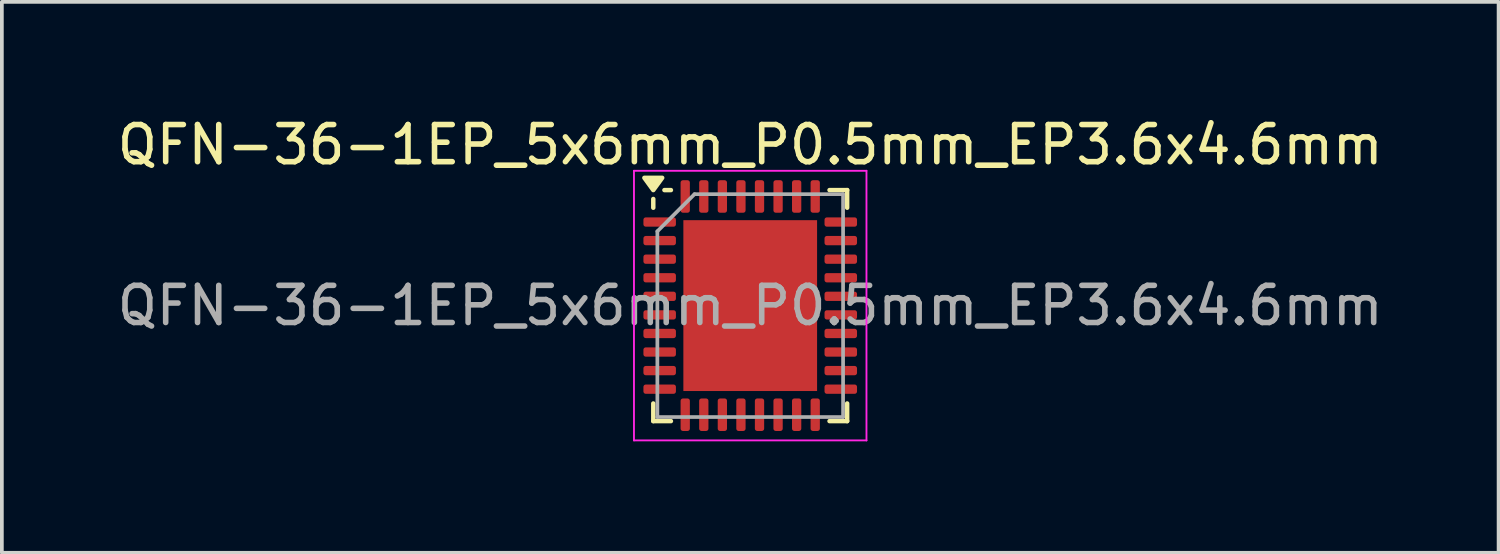
<source format=kicad_pcb>
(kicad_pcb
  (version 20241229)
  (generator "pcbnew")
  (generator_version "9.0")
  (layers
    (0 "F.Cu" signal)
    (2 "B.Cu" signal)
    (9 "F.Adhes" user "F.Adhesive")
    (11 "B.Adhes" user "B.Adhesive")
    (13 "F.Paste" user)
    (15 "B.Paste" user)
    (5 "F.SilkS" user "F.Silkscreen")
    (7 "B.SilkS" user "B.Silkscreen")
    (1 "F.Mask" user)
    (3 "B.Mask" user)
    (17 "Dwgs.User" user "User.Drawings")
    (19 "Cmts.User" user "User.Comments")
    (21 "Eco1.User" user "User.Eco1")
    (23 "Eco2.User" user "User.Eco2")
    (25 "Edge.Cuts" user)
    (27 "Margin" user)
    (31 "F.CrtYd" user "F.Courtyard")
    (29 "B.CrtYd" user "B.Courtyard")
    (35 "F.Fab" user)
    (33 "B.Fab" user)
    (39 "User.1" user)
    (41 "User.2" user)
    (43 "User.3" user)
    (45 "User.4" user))
  (footprint "QFN-36-1EP_5x6mm_P0.5mm_EP3.6x4.6mm"
    (layer "F.Cu")
    (at 17.149 5.178)
    (property "Reference" "QFN-36-1EP_5x6mm_P0.5mm_EP3.6x4.6mm" (at 0 -4.33 0) (layer "F.SilkS") (effects (font (size 1 1) (thickness 0.15))))
    (attr smd)
    (fp_line (start -2.61 -2.635) (end -2.61 -2.87) (stroke (width 0.12) (type solid)) (layer "F.SilkS"))
    (fp_line (start -2.61 3.11) (end -2.61 2.635) (stroke (width 0.12) (type solid)) (layer "F.SilkS"))
    (fp_line (start -2.135 -3.11) (end -2.31 -3.11) (stroke (width 0.12) (type solid)) (layer "F.SilkS"))
    (fp_line (start -2.135 3.11) (end -2.61 3.11) (stroke (width 0.12) (type solid)) (layer "F.SilkS"))
    (fp_line (start 2.135 -3.11) (end 2.61 -3.11) (stroke (width 0.12) (type solid)) (layer "F.SilkS"))
    (fp_line (start 2.135 3.11) (end 2.61 3.11) (stroke (width 0.12) (type solid)) (layer "F.SilkS"))
    (fp_line (start 2.61 -3.11) (end 2.61 -2.635) (stroke (width 0.12) (type solid)) (layer "F.SilkS"))
    (fp_line (start 2.61 3.11) (end 2.61 2.635) (stroke (width 0.12) (type solid)) (layer "F.SilkS"))
    (fp_poly (pts (xy -2.61 -3.11) (xy -2.85 -3.44) (xy -2.37 -3.44) (xy -2.61 -3.11)) (stroke (width 0.12) (type solid)) (fill yes) (layer "F.SilkS"))
    (fp_line (start -3.13 -3.63) (end -3.13 3.63) (stroke (width 0.05) (type solid)) (layer "F.CrtYd"))
    (fp_line (start -3.13 3.63) (end 3.13 3.63) (stroke (width 0.05) (type solid)) (layer "F.CrtYd"))
    (fp_line (start 3.13 -3.63) (end -3.13 -3.63) (stroke (width 0.05) (type solid)) (layer "F.CrtYd"))
    (fp_line (start 3.13 3.63) (end 3.13 -3.63) (stroke (width 0.05) (type solid)) (layer "F.CrtYd"))
    (fp_line (start -2.5 -2) (end -1.5 -3) (stroke (width 0.1) (type solid)) (layer "F.Fab"))
    (fp_line (start -2.5 3) (end -2.5 -2) (stroke (width 0.1) (type solid)) (layer "F.Fab"))
    (fp_line (start -1.5 -3) (end 2.5 -3) (stroke (width 0.1) (type solid)) (layer "F.Fab"))
    (fp_line (start 2.5 -3) (end 2.5 3) (stroke (width 0.1) (type solid)) (layer "F.Fab"))
    (fp_line (start 2.5 3) (end -2.5 3) (stroke (width 0.1) (type solid)) (layer "F.Fab"))
    (fp_text user "${REFERENCE}" (at 0 0 0) (layer "F.Fab") (effects (font (size 1 1) (thickness 0.15))))
    (pad "" smd roundrect (at -1.2 -1.725) (size 0.97 0.93) (layers "F.Paste") (roundrect_rratio 0.25))
    (pad "" smd roundrect (at -1.2 -0.575) (size 0.97 0.93) (layers "F.Paste") (roundrect_rratio 0.25))
    (pad "" smd roundrect (at -1.2 0.575) (size 0.97 0.93) (layers "F.Paste") (roundrect_rratio 0.25))
    (pad "" smd roundrect (at -1.2 1.725) (size 0.97 0.93) (layers "F.Paste") (roundrect_rratio 0.25))
    (pad "" smd roundrect (at 0 -1.725) (size 0.97 0.93) (layers "F.Paste") (roundrect_rratio 0.25))
    (pad "" smd roundrect (at 0 -0.575) (size 0.97 0.93) (layers "F.Paste") (roundrect_rratio 0.25))
    (pad "" smd roundrect (at 0 0.575) (size 0.97 0.93) (layers "F.Paste") (roundrect_rratio 0.25))
    (pad "" smd roundrect (at 0 1.725) (size 0.97 0.93) (layers "F.Paste") (roundrect_rratio 0.25))
    (pad "" smd roundrect (at 1.2 -1.725) (size 0.97 0.93) (layers "F.Paste") (roundrect_rratio 0.25))
    (pad "" smd roundrect (at 1.2 -0.575) (size 0.97 0.93) (layers "F.Paste") (roundrect_rratio 0.25))
    (pad "" smd roundrect (at 1.2 0.575) (size 0.97 0.93) (layers "F.Paste") (roundrect_rratio 0.25))
    (pad "" smd roundrect (at 1.2 1.725) (size 0.97 0.93) (layers "F.Paste") (roundrect_rratio 0.25))
    (pad "1" smd roundrect (at -2.438 -2.25) (size 0.875 0.25) (layers "F.Cu" "F.Mask" "F.Paste") (roundrect_rratio 0.25))
    (pad "2" smd roundrect (at -2.438 -1.75) (size 0.875 0.25) (layers "F.Cu" "F.Mask" "F.Paste") (roundrect_rratio 0.25))
    (pad "3" smd roundrect (at -2.438 -1.25) (size 0.875 0.25) (layers "F.Cu" "F.Mask" "F.Paste") (roundrect_rratio 0.25))
    (pad "4" smd roundrect (at -2.438 -0.75) (size 0.875 0.25) (layers "F.Cu" "F.Mask" "F.Paste") (roundrect_rratio 0.25))
    (pad "5" smd roundrect (at -2.438 -0.25) (size 0.875 0.25) (layers "F.Cu" "F.Mask" "F.Paste") (roundrect_rratio 0.25))
    (pad "6" smd roundrect (at -2.438 0.25) (size 0.875 0.25) (layers "F.Cu" "F.Mask" "F.Paste") (roundrect_rratio 0.25))
    (pad "7" smd roundrect (at -2.438 0.75) (size 0.875 0.25) (layers "F.Cu" "F.Mask" "F.Paste") (roundrect_rratio 0.25))
    (pad "8" smd roundrect (at -2.438 1.25) (size 0.875 0.25) (layers "F.Cu" "F.Mask" "F.Paste") (roundrect_rratio 0.25))
    (pad "9" smd roundrect (at -2.438 1.75) (size 0.875 0.25) (layers "F.Cu" "F.Mask" "F.Paste") (roundrect_rratio 0.25))
    (pad "10" smd roundrect (at -2.438 2.25) (size 0.875 0.25) (layers "F.Cu" "F.Mask" "F.Paste") (roundrect_rratio 0.25))
    (pad "11" smd roundrect (at -1.75 2.938) (size 0.25 0.875) (layers "F.Cu" "F.Mask" "F.Paste") (roundrect_rratio 0.25))
    (pad "12" smd roundrect (at -1.25 2.938) (size 0.25 0.875) (layers "F.Cu" "F.Mask" "F.Paste") (roundrect_rratio 0.25))
    (pad "13" smd roundrect (at -0.75 2.938) (size 0.25 0.875) (layers "F.Cu" "F.Mask" "F.Paste") (roundrect_rratio 0.25))
    (pad "14" smd roundrect (at -0.25 2.938) (size 0.25 0.875) (layers "F.Cu" "F.Mask" "F.Paste") (roundrect_rratio 0.25))
    (pad "15" smd roundrect (at 0.25 2.938) (size 0.25 0.875) (layers "F.Cu" "F.Mask" "F.Paste") (roundrect_rratio 0.25))
    (pad "16" smd roundrect (at 0.75 2.938) (size 0.25 0.875) (layers "F.Cu" "F.Mask" "F.Paste") (roundrect_rratio 0.25))
    (pad "17" smd roundrect (at 1.25 2.938) (size 0.25 0.875) (layers "F.Cu" "F.Mask" "F.Paste") (roundrect_rratio 0.25))
    (pad "18" smd roundrect (at 1.75 2.938) (size 0.25 0.875) (layers "F.Cu" "F.Mask" "F.Paste") (roundrect_rratio 0.25))
    (pad "19" smd roundrect (at 2.438 2.25) (size 0.875 0.25) (layers "F.Cu" "F.Mask" "F.Paste") (roundrect_rratio 0.25))
    (pad "20" smd roundrect (at 2.438 1.75) (size 0.875 0.25) (layers "F.Cu" "F.Mask" "F.Paste") (roundrect_rratio 0.25))
    (pad "21" smd roundrect (at 2.438 1.25) (size 0.875 0.25) (layers "F.Cu" "F.Mask" "F.Paste") (roundrect_rratio 0.25))
    (pad "22" smd roundrect (at 2.438 0.75) (size 0.875 0.25) (layers "F.Cu" "F.Mask" "F.Paste") (roundrect_rratio 0.25))
    (pad "23" smd roundrect (at 2.438 0.25) (size 0.875 0.25) (layers "F.Cu" "F.Mask" "F.Paste") (roundrect_rratio 0.25))
    (pad "24" smd roundrect (at 2.438 -0.25) (size 0.875 0.25) (layers "F.Cu" "F.Mask" "F.Paste") (roundrect_rratio 0.25))
    (pad "25" smd roundrect (at 2.438 -0.75) (size 0.875 0.25) (layers "F.Cu" "F.Mask" "F.Paste") (roundrect_rratio 0.25))
    (pad "26" smd roundrect (at 2.438 -1.25) (size 0.875 0.25) (layers "F.Cu" "F.Mask" "F.Paste") (roundrect_rratio 0.25))
    (pad "27" smd roundrect (at 2.438 -1.75) (size 0.875 0.25) (layers "F.Cu" "F.Mask" "F.Paste") (roundrect_rratio 0.25))
    (pad "28" smd roundrect (at 2.438 -2.25) (size 0.875 0.25) (layers "F.Cu" "F.Mask" "F.Paste") (roundrect_rratio 0.25))
    (pad "29" smd roundrect (at 1.75 -2.938) (size 0.25 0.875) (layers "F.Cu" "F.Mask" "F.Paste") (roundrect_rratio 0.25))
    (pad "30" smd roundrect (at 1.25 -2.938) (size 0.25 0.875) (layers "F.Cu" "F.Mask" "F.Paste") (roundrect_rratio 0.25))
    (pad "31" smd roundrect (at 0.75 -2.938) (size 0.25 0.875) (layers "F.Cu" "F.Mask" "F.Paste") (roundrect_rratio 0.25))
    (pad "32" smd roundrect (at 0.25 -2.938) (size 0.25 0.875) (layers "F.Cu" "F.Mask" "F.Paste") (roundrect_rratio 0.25))
    (pad "33" smd roundrect (at -0.25 -2.938) (size 0.25 0.875) (layers "F.Cu" "F.Mask" "F.Paste") (roundrect_rratio 0.25))
    (pad "34" smd roundrect (at -0.75 -2.938) (size 0.25 0.875) (layers "F.Cu" "F.Mask" "F.Paste") (roundrect_rratio 0.25))
    (pad "35" smd roundrect (at -1.25 -2.938) (size 0.25 0.875) (layers "F.Cu" "F.Mask" "F.Paste") (roundrect_rratio 0.25))
    (pad "36" smd roundrect (at -1.75 -2.938) (size 0.25 0.875) (layers "F.Cu" "F.Mask" "F.Paste") (roundrect_rratio 0.25))
    (pad "37" smd rect (at 0 0) (size 3.6 4.6) (property pad_prop_heatsink) (layers "F.Cu" "F.Mask")))
  (gr_rect
    (start -3 -3)
    (end 37.298 11.833)
    (stroke (width 0.1) (type default))
    (fill no)
    (layer "Edge.Cuts")))
</source>
